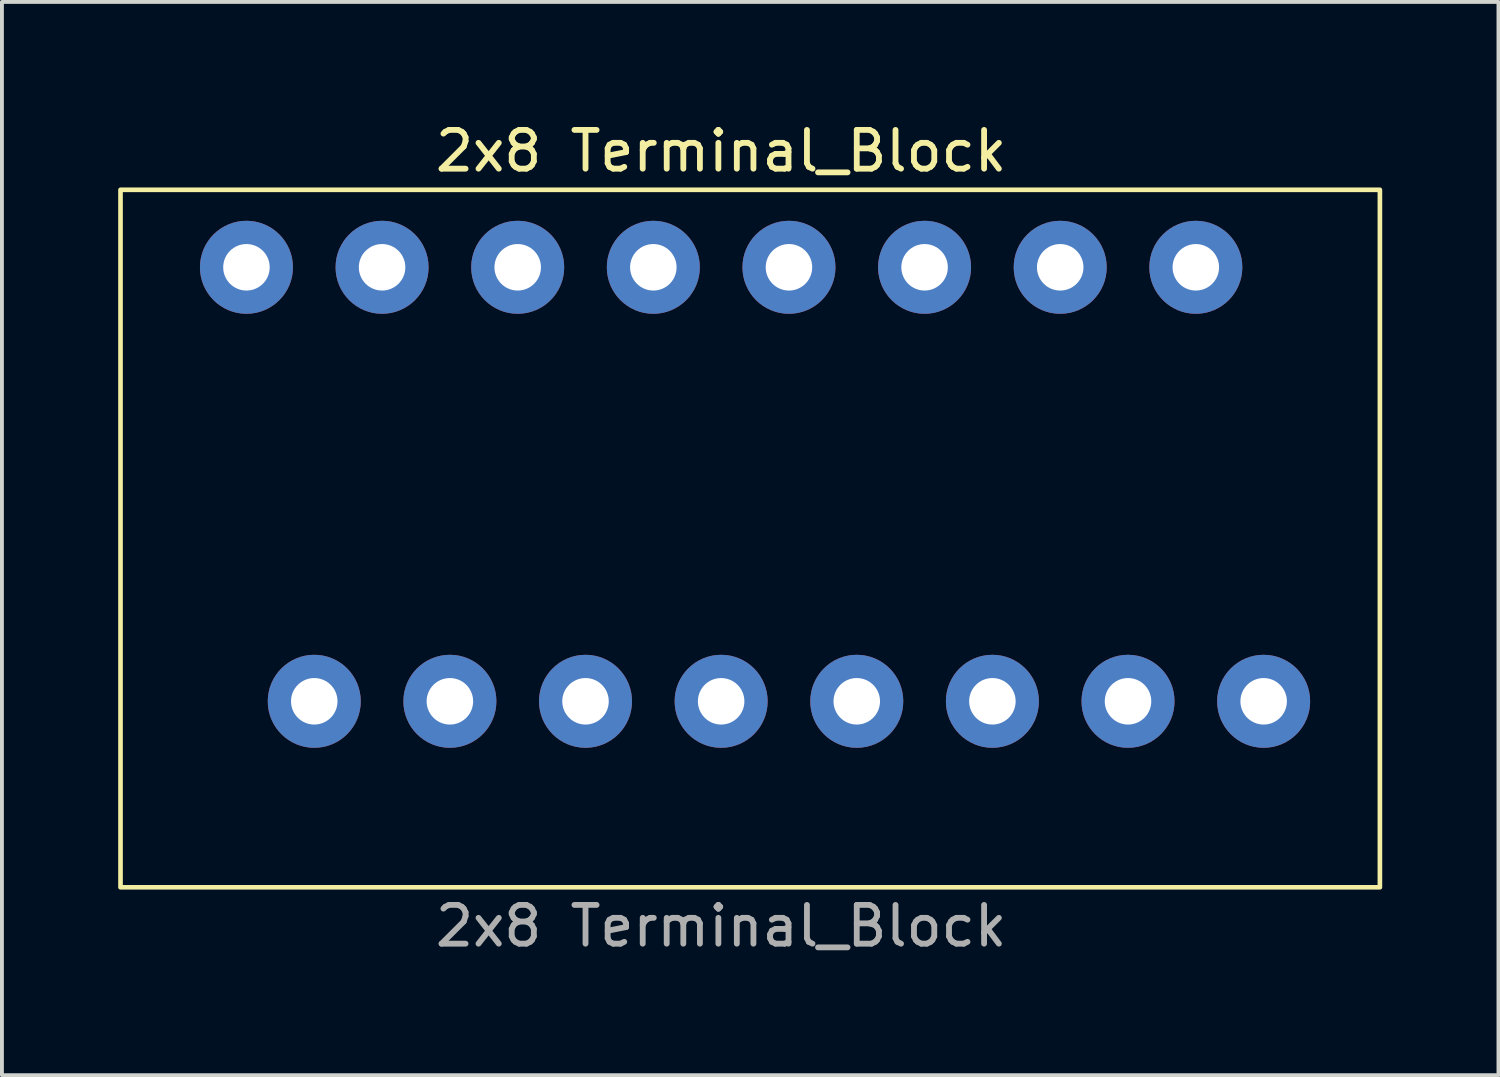
<source format=kicad_pcb>
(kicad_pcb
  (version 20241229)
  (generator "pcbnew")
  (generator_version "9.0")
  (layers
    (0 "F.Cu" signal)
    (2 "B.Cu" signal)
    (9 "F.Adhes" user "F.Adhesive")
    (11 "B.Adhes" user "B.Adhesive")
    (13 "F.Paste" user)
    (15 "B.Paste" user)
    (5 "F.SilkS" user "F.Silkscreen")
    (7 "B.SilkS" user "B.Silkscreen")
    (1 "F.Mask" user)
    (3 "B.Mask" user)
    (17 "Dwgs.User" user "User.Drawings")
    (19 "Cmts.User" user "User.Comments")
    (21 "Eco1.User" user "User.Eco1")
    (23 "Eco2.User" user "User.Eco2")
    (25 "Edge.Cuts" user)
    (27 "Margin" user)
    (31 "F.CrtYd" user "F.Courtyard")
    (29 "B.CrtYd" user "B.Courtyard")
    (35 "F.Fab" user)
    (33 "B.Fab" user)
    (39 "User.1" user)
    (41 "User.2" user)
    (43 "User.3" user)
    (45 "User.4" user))
  (footprint "2x8 Terminal_Block"
    (layer "F.Cu")
    (at 15.56 10.848)
    (property "Reference" "2x8 Terminal_Block" (at 0 -10 0) (unlocked yes) (layer "F.SilkS") (effects (font (size 1 1) (thickness 0.15))))
    (attr through_hole)
    (fp_rect (start -15.5 -9) (end 17 9) (stroke (width 0.12) (type solid)) (fill no) (layer "F.SilkS"))
    (fp_text user "${REFERENCE}" (at 0 10 0) (unlocked yes) (layer "F.Fab") (effects (font (size 1 1) (thickness 0.15))))
    (pad "1" thru_hole circle (at -12.25 -7) (size 2.4 2.4) (drill 1.2) (layers "*.Cu" "*.Mask"))
    (pad "2" thru_hole circle (at -10.5 4.2) (size 2.4 2.4) (drill 1.2) (layers "*.Cu" "*.Mask"))
    (pad "3" thru_hole circle (at -8.75 -7) (size 2.4 2.4) (drill 1.2) (layers "*.Cu" "*.Mask"))
    (pad "4" thru_hole circle (at -7 4.2) (size 2.4 2.4) (drill 1.2) (layers "*.Cu" "*.Mask"))
    (pad "5" thru_hole circle (at -5.25 -7) (size 2.4 2.4) (drill 1.2) (layers "*.Cu" "*.Mask"))
    (pad "6" thru_hole circle (at -3.5 4.2) (size 2.4 2.4) (drill 1.2) (layers "*.Cu" "*.Mask"))
    (pad "7" thru_hole circle (at -1.75 -7) (size 2.4 2.4) (drill 1.2) (layers "*.Cu" "*.Mask"))
    (pad "8" thru_hole circle (at 0 4.2) (size 2.4 2.4) (drill 1.2) (layers "*.Cu" "*.Mask"))
    (pad "9" thru_hole circle (at 1.75 -7) (size 2.4 2.4) (drill 1.2) (layers "*.Cu" "*.Mask"))
    (pad "10" thru_hole circle (at 3.5 4.2) (size 2.4 2.4) (drill 1.2) (layers "*.Cu" "*.Mask"))
    (pad "11" thru_hole circle (at 5.25 -7) (size 2.4 2.4) (drill 1.2) (layers "*.Cu" "*.Mask"))
    (pad "12" thru_hole circle (at 7 4.2) (size 2.4 2.4) (drill 1.2) (layers "*.Cu" "*.Mask"))
    (pad "13" thru_hole circle (at 8.75 -7) (size 2.4 2.4) (drill 1.2) (layers "*.Cu" "*.Mask"))
    (pad "14" thru_hole circle (at 10.5 4.2) (size 2.4 2.4) (drill 1.2) (layers "*.Cu" "*.Mask"))
    (pad "15" thru_hole circle (at 12.25 -7) (size 2.4 2.4) (drill 1.2) (layers "*.Cu" "*.Mask"))
    (pad "16" thru_hole circle (at 14 4.2) (size 2.4 2.4) (drill 1.2) (layers "*.Cu" "*.Mask")))
  (gr_rect
    (start -3 -3)
    (end 35.62 24.697)
    (stroke (width 0.1) (type default))
    (fill no)
    (layer "Edge.Cuts")))
</source>
